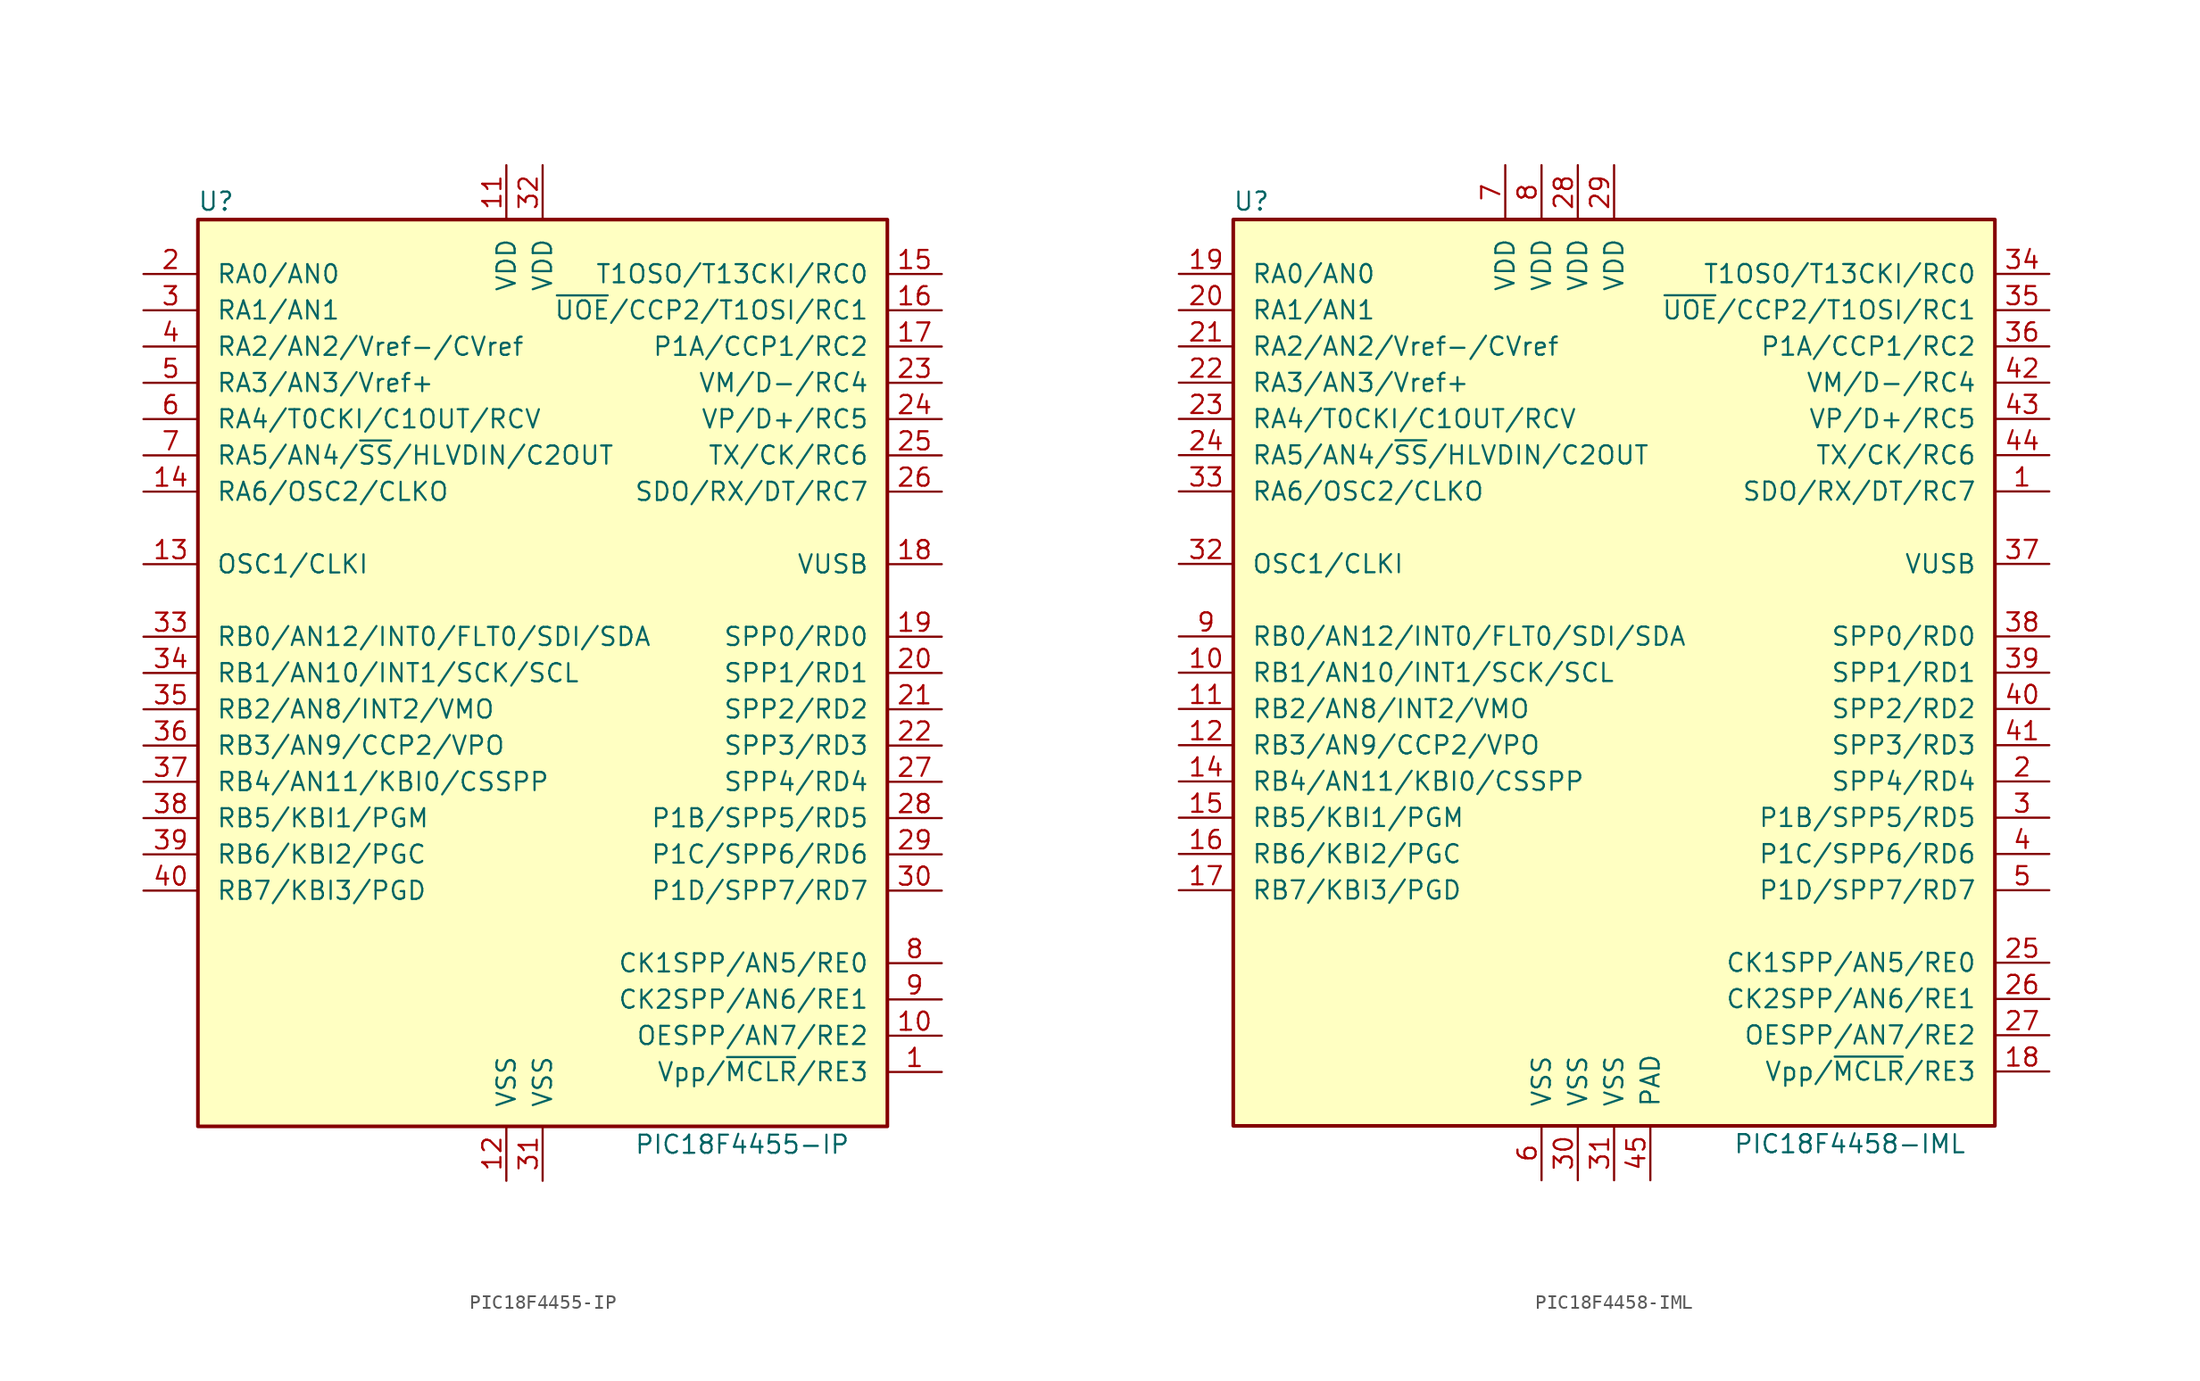
<source format=kicad_sym>
(kicad_symbol_lib
  (version 20200908)
  (generator kicad_symbol_editor)
  (symbol "MCU_Microchip_PIC18:PIC18F4455-IP"
    (pin_names
      (offset 1.27))
    (property "Reference" "U"
      (at -22.86 33.02 0)
      (effects (font (size 1.27 1.27))))
    (property "Value" "PIC18F4455-IP"
      (at 13.97 -33.02 0)
      (effects (font (size 1.27 1.27))))
    (symbol "PIC18F4455-IP_0_1"
      (rectangle (start -24.13 31.75) (end 24.13 -31.75) (stroke (width 0.254)) (fill (type background))))
    (symbol "PIC18F4455-IP_1_1"
      (pin input line (at 27.94 -27.94 180) (length 3.81) (name "Vpp/~MCLR~/RE3" (effects (font (size 1.27 1.27)))) (number "1" (effects (font (size 1.27 1.27)))))
      (pin bidirectional line (at 27.94 -25.4 180) (length 3.81) (name "OESPP/AN7/RE2" (effects (font (size 1.27 1.27)))) (number "10" (effects (font (size 1.27 1.27)))))
      (pin power_in line (at -2.54 35.56 270) (length 3.81) (name "VDD" (effects (font (size 1.27 1.27)))) (number "11" (effects (font (size 1.27 1.27)))))
      (pin power_in line (at -2.54 -35.56 90) (length 3.81) (name "VSS" (effects (font (size 1.27 1.27)))) (number "12" (effects (font (size 1.27 1.27)))))
      (pin input line (at -27.94 7.62 0) (length 3.81) (name "OSC1/CLKI" (effects (font (size 1.27 1.27)))) (number "13" (effects (font (size 1.27 1.27)))))
      (pin output line (at -27.94 12.7 0) (length 3.81) (name "RA6/OSC2/CLKO" (effects (font (size 1.27 1.27)))) (number "14" (effects (font (size 1.27 1.27)))))
      (pin bidirectional line (at 27.94 27.94 180) (length 3.81) (name "T1OSO/T13CKI/RC0" (effects (font (size 1.27 1.27)))) (number "15" (effects (font (size 1.27 1.27)))))
      (pin bidirectional line (at 27.94 25.4 180) (length 3.81) (name "~UOE~/CCP2/T1OSI/RC1" (effects (font (size 1.27 1.27)))) (number "16" (effects (font (size 1.27 1.27)))))
      (pin bidirectional line (at 27.94 22.86 180) (length 3.81) (name "P1A/CCP1/RC2" (effects (font (size 1.27 1.27)))) (number "17" (effects (font (size 1.27 1.27)))))
      (pin bidirectional line (at 27.94 7.62 180) (length 3.81) (name "VUSB" (effects (font (size 1.27 1.27)))) (number "18" (effects (font (size 1.27 1.27)))))
      (pin bidirectional line (at 27.94 2.54 180) (length 3.81) (name "SPP0/RD0" (effects (font (size 1.27 1.27)))) (number "19" (effects (font (size 1.27 1.27)))))
      (pin bidirectional line (at -27.94 27.94 0) (length 3.81) (name "RA0/AN0" (effects (font (size 1.27 1.27)))) (number "2" (effects (font (size 1.27 1.27)))))
      (pin bidirectional line (at 27.94 0 180) (length 3.81) (name "SPP1/RD1" (effects (font (size 1.27 1.27)))) (number "20" (effects (font (size 1.27 1.27)))))
      (pin bidirectional line (at 27.94 -2.54 180) (length 3.81) (name "SPP2/RD2" (effects (font (size 1.27 1.27)))) (number "21" (effects (font (size 1.27 1.27)))))
      (pin bidirectional line (at 27.94 -5.08 180) (length 3.81) (name "SPP3/RD3" (effects (font (size 1.27 1.27)))) (number "22" (effects (font (size 1.27 1.27)))))
      (pin bidirectional line (at 27.94 20.32 180) (length 3.81) (name "VM/D-/RC4" (effects (font (size 1.27 1.27)))) (number "23" (effects (font (size 1.27 1.27)))))
      (pin bidirectional line (at 27.94 17.78 180) (length 3.81) (name "VP/D+/RC5" (effects (font (size 1.27 1.27)))) (number "24" (effects (font (size 1.27 1.27)))))
      (pin bidirectional line (at 27.94 15.24 180) (length 3.81) (name "TX/CK/RC6" (effects (font (size 1.27 1.27)))) (number "25" (effects (font (size 1.27 1.27)))))
      (pin bidirectional line (at 27.94 12.7 180) (length 3.81) (name "SDO/RX/DT/RC7" (effects (font (size 1.27 1.27)))) (number "26" (effects (font (size 1.27 1.27)))))
      (pin bidirectional line (at 27.94 -7.62 180) (length 3.81) (name "SPP4/RD4" (effects (font (size 1.27 1.27)))) (number "27" (effects (font (size 1.27 1.27)))))
      (pin bidirectional line (at 27.94 -10.16 180) (length 3.81) (name "P1B/SPP5/RD5" (effects (font (size 1.27 1.27)))) (number "28" (effects (font (size 1.27 1.27)))))
      (pin bidirectional line (at 27.94 -12.7 180) (length 3.81) (name "P1C/SPP6/RD6" (effects (font (size 1.27 1.27)))) (number "29" (effects (font (size 1.27 1.27)))))
      (pin bidirectional line (at -27.94 25.4 0) (length 3.81) (name "RA1/AN1" (effects (font (size 1.27 1.27)))) (number "3" (effects (font (size 1.27 1.27)))))
      (pin bidirectional line (at 27.94 -15.24 180) (length 3.81) (name "P1D/SPP7/RD7" (effects (font (size 1.27 1.27)))) (number "30" (effects (font (size 1.27 1.27)))))
      (pin power_in line (at 0 -35.56 90) (length 3.81) (name "VSS" (effects (font (size 1.27 1.27)))) (number "31" (effects (font (size 1.27 1.27)))))
      (pin power_in line (at 0 35.56 270) (length 3.81) (name "VDD" (effects (font (size 1.27 1.27)))) (number "32" (effects (font (size 1.27 1.27)))))
      (pin bidirectional line (at -27.94 2.54 0) (length 3.81) (name "RB0/AN12/INT0/FLT0/SDI/SDA" (effects (font (size 1.27 1.27)))) (number "33" (effects (font (size 1.27 1.27)))))
      (pin bidirectional line (at -27.94 0 0) (length 3.81) (name "RB1/AN10/INT1/SCK/SCL" (effects (font (size 1.27 1.27)))) (number "34" (effects (font (size 1.27 1.27)))))
      (pin bidirectional line (at -27.94 -2.54 0) (length 3.81) (name "RB2/AN8/INT2/VMO" (effects (font (size 1.27 1.27)))) (number "35" (effects (font (size 1.27 1.27)))))
      (pin bidirectional line (at -27.94 -5.08 0) (length 3.81) (name "RB3/AN9/CCP2/VPO" (effects (font (size 1.27 1.27)))) (number "36" (effects (font (size 1.27 1.27)))))
      (pin bidirectional line (at -27.94 -7.62 0) (length 3.81) (name "RB4/AN11/KBI0/CSSPP" (effects (font (size 1.27 1.27)))) (number "37" (effects (font (size 1.27 1.27)))))
      (pin bidirectional line (at -27.94 -10.16 0) (length 3.81) (name "RB5/KBI1/PGM" (effects (font (size 1.27 1.27)))) (number "38" (effects (font (size 1.27 1.27)))))
      (pin bidirectional line (at -27.94 -12.7 0) (length 3.81) (name "RB6/KBI2/PGC" (effects (font (size 1.27 1.27)))) (number "39" (effects (font (size 1.27 1.27)))))
      (pin bidirectional line (at -27.94 22.86 0) (length 3.81) (name "RA2/AN2/Vref-/CVref" (effects (font (size 1.27 1.27)))) (number "4" (effects (font (size 1.27 1.27)))))
      (pin bidirectional line (at -27.94 -15.24 0) (length 3.81) (name "RB7/KBI3/PGD" (effects (font (size 1.27 1.27)))) (number "40" (effects (font (size 1.27 1.27)))))
      (pin bidirectional line (at -27.94 20.32 0) (length 3.81) (name "RA3/AN3/Vref+" (effects (font (size 1.27 1.27)))) (number "5" (effects (font (size 1.27 1.27)))))
      (pin bidirectional line (at -27.94 17.78 0) (length 3.81) (name "RA4/T0CKI/C1OUT/RCV" (effects (font (size 1.27 1.27)))) (number "6" (effects (font (size 1.27 1.27)))))
      (pin bidirectional line (at -27.94 15.24 0) (length 3.81) (name "RA5/AN4/~SS~/HLVDIN/C2OUT" (effects (font (size 1.27 1.27)))) (number "7" (effects (font (size 1.27 1.27)))))
      (pin bidirectional line (at 27.94 -20.32 180) (length 3.81) (name "CK1SPP/AN5/RE0" (effects (font (size 1.27 1.27)))) (number "8" (effects (font (size 1.27 1.27)))))
      (pin bidirectional line (at 27.94 -22.86 180) (length 3.81) (name "CK2SPP/AN6/RE1" (effects (font (size 1.27 1.27)))) (number "9" (effects (font (size 1.27 1.27)))))))
  (symbol "MCU_Microchip_PIC18:PIC18F4458-IML"
    (pin_names
      (offset 1.27))
    (property "Reference" "U"
      (at -25.4 33.02 0)
      (effects (font (size 1.27 1.27))))
    (property "Value" "PIC18F4458-IML"
      (at 16.51 -33.02 0)
      (effects (font (size 1.27 1.27))))
    (symbol "PIC18F4458-IML_0_1"
      (rectangle (start -26.67 31.75) (end 26.67 -31.75) (stroke (width 0.254)) (fill (type background))))
    (symbol "PIC18F4458-IML_1_1"
      (pin bidirectional line (at 30.48 12.7 180) (length 3.81) (name "SDO/RX/DT/RC7" (effects (font (size 1.27 1.27)))) (number "1" (effects (font (size 1.27 1.27)))))
      (pin bidirectional line (at -30.48 0 0) (length 3.81) (name "RB1/AN10/INT1/SCK/SCL" (effects (font (size 1.27 1.27)))) (number "10" (effects (font (size 1.27 1.27)))))
      (pin bidirectional line (at -30.48 -2.54 0) (length 3.81) (name "RB2/AN8/INT2/VMO" (effects (font (size 1.27 1.27)))) (number "11" (effects (font (size 1.27 1.27)))))
      (pin bidirectional line (at -30.48 -5.08 0) (length 3.81) (name "RB3/AN9/CCP2/VPO" (effects (font (size 1.27 1.27)))) (number "12" (effects (font (size 1.27 1.27)))))
      (pin unconnected line (at -30.48 -27.94 0) (length 3.81) hide (name "NC" (effects (font (size 1.27 1.27)))) (number "13" (effects (font (size 1.27 1.27)))))
      (pin bidirectional line (at -30.48 -7.62 0) (length 3.81) (name "RB4/AN11/KBI0/CSSPP" (effects (font (size 1.27 1.27)))) (number "14" (effects (font (size 1.27 1.27)))))
      (pin bidirectional line (at -30.48 -10.16 0) (length 3.81) (name "RB5/KBI1/PGM" (effects (font (size 1.27 1.27)))) (number "15" (effects (font (size 1.27 1.27)))))
      (pin bidirectional line (at -30.48 -12.7 0) (length 3.81) (name "RB6/KBI2/PGC" (effects (font (size 1.27 1.27)))) (number "16" (effects (font (size 1.27 1.27)))))
      (pin bidirectional line (at -30.48 -15.24 0) (length 3.81) (name "RB7/KBI3/PGD" (effects (font (size 1.27 1.27)))) (number "17" (effects (font (size 1.27 1.27)))))
      (pin input line (at 30.48 -27.94 180) (length 3.81) (name "Vpp/~MCLR~/RE3" (effects (font (size 1.27 1.27)))) (number "18" (effects (font (size 1.27 1.27)))))
      (pin bidirectional line (at -30.48 27.94 0) (length 3.81) (name "RA0/AN0" (effects (font (size 1.27 1.27)))) (number "19" (effects (font (size 1.27 1.27)))))
      (pin bidirectional line (at 30.48 -7.62 180) (length 3.81) (name "SPP4/RD4" (effects (font (size 1.27 1.27)))) (number "2" (effects (font (size 1.27 1.27)))))
      (pin bidirectional line (at -30.48 25.4 0) (length 3.81) (name "RA1/AN1" (effects (font (size 1.27 1.27)))) (number "20" (effects (font (size 1.27 1.27)))))
      (pin bidirectional line (at -30.48 22.86 0) (length 3.81) (name "RA2/AN2/Vref-/CVref" (effects (font (size 1.27 1.27)))) (number "21" (effects (font (size 1.27 1.27)))))
      (pin bidirectional line (at -30.48 20.32 0) (length 3.81) (name "RA3/AN3/Vref+" (effects (font (size 1.27 1.27)))) (number "22" (effects (font (size 1.27 1.27)))))
      (pin bidirectional line (at -30.48 17.78 0) (length 3.81) (name "RA4/T0CKI/C1OUT/RCV" (effects (font (size 1.27 1.27)))) (number "23" (effects (font (size 1.27 1.27)))))
      (pin bidirectional line (at -30.48 15.24 0) (length 3.81) (name "RA5/AN4/~SS~/HLVDIN/C2OUT" (effects (font (size 1.27 1.27)))) (number "24" (effects (font (size 1.27 1.27)))))
      (pin bidirectional line (at 30.48 -20.32 180) (length 3.81) (name "CK1SPP/AN5/RE0" (effects (font (size 1.27 1.27)))) (number "25" (effects (font (size 1.27 1.27)))))
      (pin bidirectional line (at 30.48 -22.86 180) (length 3.81) (name "CK2SPP/AN6/RE1" (effects (font (size 1.27 1.27)))) (number "26" (effects (font (size 1.27 1.27)))))
      (pin bidirectional line (at 30.48 -25.4 180) (length 3.81) (name "OESPP/AN7/RE2" (effects (font (size 1.27 1.27)))) (number "27" (effects (font (size 1.27 1.27)))))
      (pin power_in line (at -2.54 35.56 270) (length 3.81) (name "VDD" (effects (font (size 1.27 1.27)))) (number "28" (effects (font (size 1.27 1.27)))))
      (pin power_in line (at 0 35.56 270) (length 3.81) (name "VDD" (effects (font (size 1.27 1.27)))) (number "29" (effects (font (size 1.27 1.27)))))
      (pin bidirectional line (at 30.48 -10.16 180) (length 3.81) (name "P1B/SPP5/RD5" (effects (font (size 1.27 1.27)))) (number "3" (effects (font (size 1.27 1.27)))))
      (pin power_in line (at -2.54 -35.56 90) (length 3.81) (name "VSS" (effects (font (size 1.27 1.27)))) (number "30" (effects (font (size 1.27 1.27)))))
      (pin power_in line (at 0 -35.56 90) (length 3.81) (name "VSS" (effects (font (size 1.27 1.27)))) (number "31" (effects (font (size 1.27 1.27)))))
      (pin input line (at -30.48 7.62 0) (length 3.81) (name "OSC1/CLKI" (effects (font (size 1.27 1.27)))) (number "32" (effects (font (size 1.27 1.27)))))
      (pin bidirectional line (at -30.48 12.7 0) (length 3.81) (name "RA6/OSC2/CLKO" (effects (font (size 1.27 1.27)))) (number "33" (effects (font (size 1.27 1.27)))))
      (pin bidirectional line (at 30.48 27.94 180) (length 3.81) (name "T1OSO/T13CKI/RC0" (effects (font (size 1.27 1.27)))) (number "34" (effects (font (size 1.27 1.27)))))
      (pin bidirectional line (at 30.48 25.4 180) (length 3.81) (name "~UOE~/CCP2/T1OSI/RC1" (effects (font (size 1.27 1.27)))) (number "35" (effects (font (size 1.27 1.27)))))
      (pin bidirectional line (at 30.48 22.86 180) (length 3.81) (name "P1A/CCP1/RC2" (effects (font (size 1.27 1.27)))) (number "36" (effects (font (size 1.27 1.27)))))
      (pin bidirectional line (at 30.48 7.62 180) (length 3.81) (name "VUSB" (effects (font (size 1.27 1.27)))) (number "37" (effects (font (size 1.27 1.27)))))
      (pin bidirectional line (at 30.48 2.54 180) (length 3.81) (name "SPP0/RD0" (effects (font (size 1.27 1.27)))) (number "38" (effects (font (size 1.27 1.27)))))
      (pin bidirectional line (at 30.48 0 180) (length 3.81) (name "SPP1/RD1" (effects (font (size 1.27 1.27)))) (number "39" (effects (font (size 1.27 1.27)))))
      (pin bidirectional line (at 30.48 -12.7 180) (length 3.81) (name "P1C/SPP6/RD6" (effects (font (size 1.27 1.27)))) (number "4" (effects (font (size 1.27 1.27)))))
      (pin bidirectional line (at 30.48 -2.54 180) (length 3.81) (name "SPP2/RD2" (effects (font (size 1.27 1.27)))) (number "40" (effects (font (size 1.27 1.27)))))
      (pin bidirectional line (at 30.48 -5.08 180) (length 3.81) (name "SPP3/RD3" (effects (font (size 1.27 1.27)))) (number "41" (effects (font (size 1.27 1.27)))))
      (pin bidirectional line (at 30.48 20.32 180) (length 3.81) (name "VM/D-/RC4" (effects (font (size 1.27 1.27)))) (number "42" (effects (font (size 1.27 1.27)))))
      (pin bidirectional line (at 30.48 17.78 180) (length 3.81) (name "VP/D+/RC5" (effects (font (size 1.27 1.27)))) (number "43" (effects (font (size 1.27 1.27)))))
      (pin bidirectional line (at 30.48 15.24 180) (length 3.81) (name "TX/CK/RC6" (effects (font (size 1.27 1.27)))) (number "44" (effects (font (size 1.27 1.27)))))
      (pin power_in line (at 2.54 -35.56 90) (length 3.81) (name "PAD" (effects (font (size 1.27 1.27)))) (number "45" (effects (font (size 1.27 1.27)))))
      (pin bidirectional line (at 30.48 -15.24 180) (length 3.81) (name "P1D/SPP7/RD7" (effects (font (size 1.27 1.27)))) (number "5" (effects (font (size 1.27 1.27)))))
      (pin power_in line (at -5.08 -35.56 90) (length 3.81) (name "VSS" (effects (font (size 1.27 1.27)))) (number "6" (effects (font (size 1.27 1.27)))))
      (pin power_in line (at -7.62 35.56 270) (length 3.81) (name "VDD" (effects (font (size 1.27 1.27)))) (number "7" (effects (font (size 1.27 1.27)))))
      (pin power_in line (at -5.08 35.56 270) (length 3.81) (name "VDD" (effects (font (size 1.27 1.27)))) (number "8" (effects (font (size 1.27 1.27)))))
      (pin bidirectional line (at -30.48 2.54 0) (length 3.81) (name "RB0/AN12/INT0/FLT0/SDI/SDA" (effects (font (size 1.27 1.27)))) (number "9" (effects (font (size 1.27 1.27))))))))
</source>
